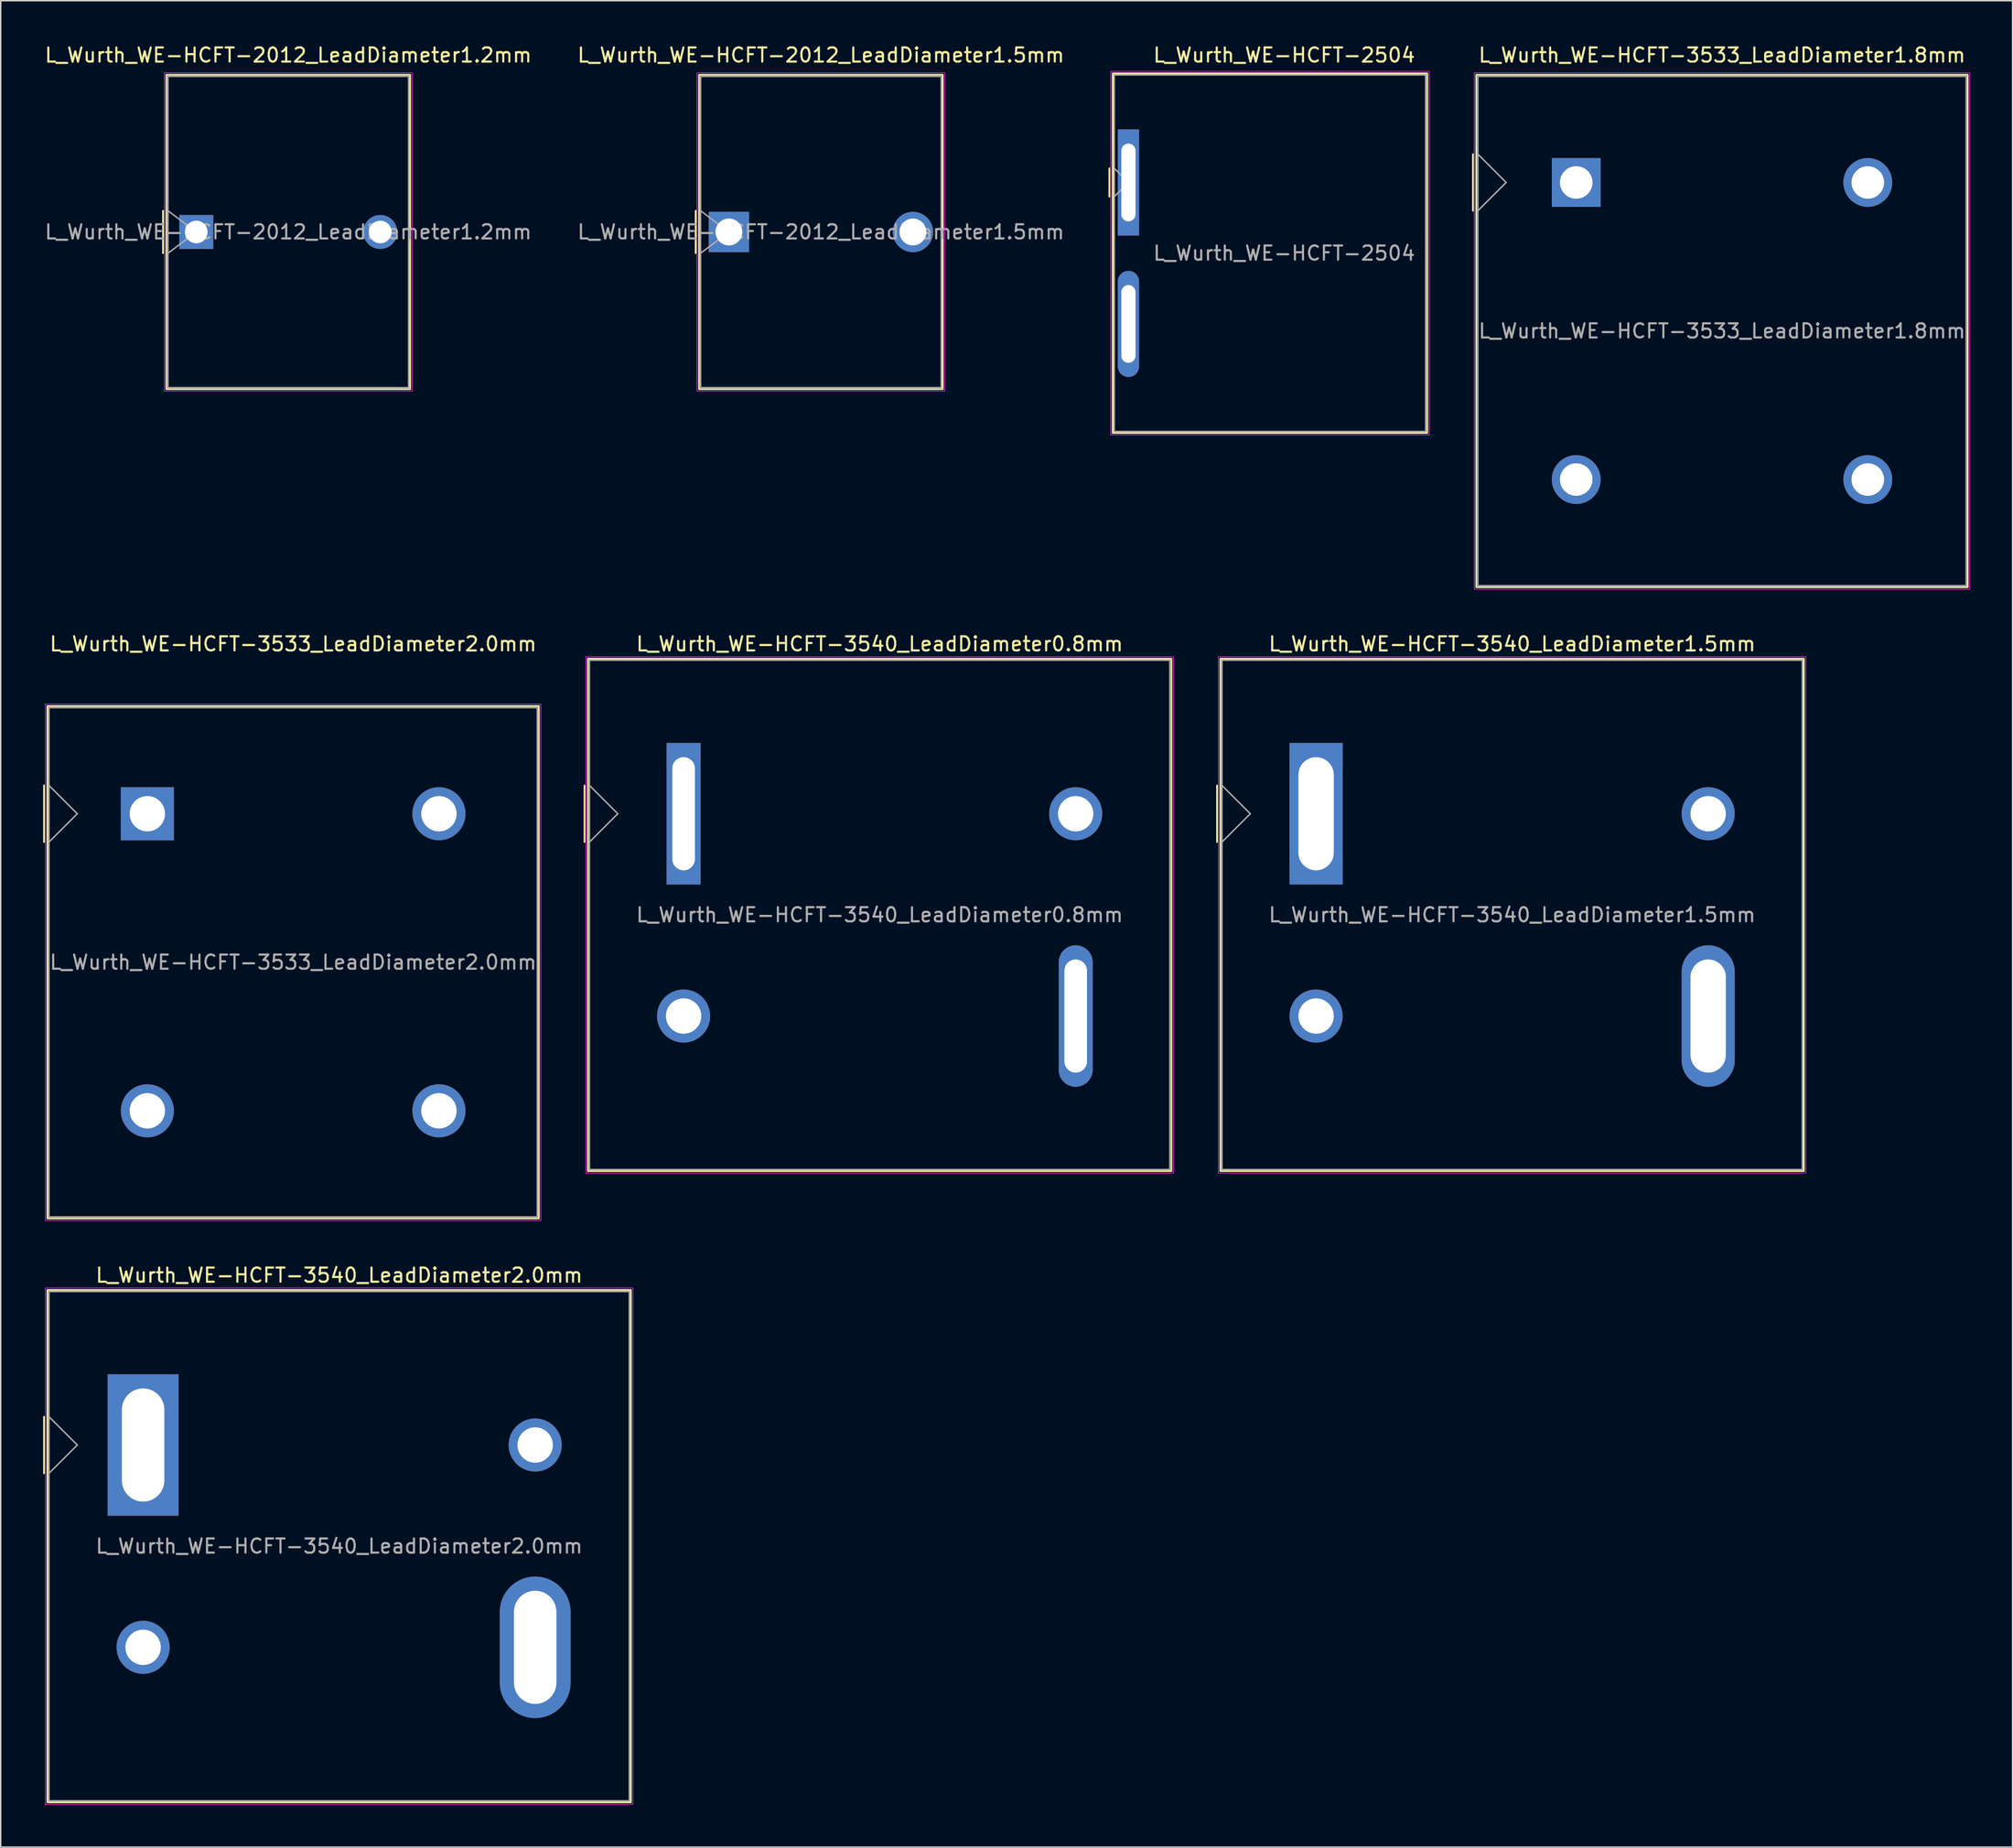
<source format=kicad_pcb>
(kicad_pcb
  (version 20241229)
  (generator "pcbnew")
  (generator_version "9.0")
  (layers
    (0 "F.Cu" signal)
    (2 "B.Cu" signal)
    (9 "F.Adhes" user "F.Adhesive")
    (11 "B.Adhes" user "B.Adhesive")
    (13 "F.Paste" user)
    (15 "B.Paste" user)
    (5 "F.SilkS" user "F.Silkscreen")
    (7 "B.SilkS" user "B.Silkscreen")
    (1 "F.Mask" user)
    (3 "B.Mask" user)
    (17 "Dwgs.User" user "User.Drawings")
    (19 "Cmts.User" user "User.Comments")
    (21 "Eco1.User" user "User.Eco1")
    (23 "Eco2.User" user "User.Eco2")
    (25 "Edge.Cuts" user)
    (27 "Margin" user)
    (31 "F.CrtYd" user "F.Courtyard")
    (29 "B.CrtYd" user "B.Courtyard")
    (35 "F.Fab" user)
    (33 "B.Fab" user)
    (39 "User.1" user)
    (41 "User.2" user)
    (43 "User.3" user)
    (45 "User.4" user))
  (footprint "L_Wurth_WE-HCFT-2012_LeadDiameter1.5mm"
    (layer "F.Cu")
    (at 48.446 13.348)
    (property "Reference" "L_Wurth_WE-HCFT-2012_LeadDiameter1.5mm" (at 6.5 -12.5 0) (unlocked yes) (layer "F.SilkS") (effects (font (size 1 1) (thickness 0.15))))
    (attr through_hole)
    (fp_line (start -2.35 1.5) (end -2.35 -1.5) (stroke (width 0.12) (type solid)) (layer "F.SilkS"))
    (fp_rect (start -2.11 -11.11) (end 15.11 11.11) (stroke (width 0.12) (type solid)) (fill no) (layer "F.SilkS"))
    (fp_rect (start -2.25 -11.25) (end 15.25 11.25) (stroke (width 0.05) (type solid)) (fill no) (layer "F.CrtYd"))
    (fp_line (start -2 -1.5) (end 0 0) (stroke (width 0.1) (type solid)) (layer "F.Fab"))
    (fp_line (start 0 0) (end -2 1.5) (stroke (width 0.1) (type solid)) (layer "F.Fab"))
    (fp_rect (start -2 -11) (end 15 11) (stroke (width 0.1) (type solid)) (fill no) (layer "F.Fab"))
    (fp_text user "${REFERENCE}" (at 6.5 0 0) (unlocked yes) (layer "F.Fab") (effects (font (size 1 1) (thickness 0.15))))
    (pad "1" thru_hole rect (at 0 0) (size 2.85 2.85) (drill 1.9) (layers "*.Cu" "*.Mask"))
    (pad "2" thru_hole circle (at 13 0) (size 2.85 2.85) (drill 1.9) (layers "*.Cu" "*.Mask")))
  (footprint "L_Wurth_WE-HCFT-2504"
    (layer "F.Cu")
    (at 76.672 9.848)
    (property "Reference" "L_Wurth_WE-HCFT-2504" (at 11 -9 0) (unlocked yes) (layer "F.SilkS") (effects (font (size 1 1) (thickness 0.15))))
    (attr through_hole)
    (fp_line (start -1.35 1) (end -1.35 -1) (stroke (width 0.12) (type solid)) (layer "F.SilkS"))
    (fp_rect (start -1.11 -7.71) (end 21.11 17.71) (stroke (width 0.12) (type solid)) (fill no) (layer "F.SilkS"))
    (fp_rect (start -1.25 -7.85) (end 21.25 17.85) (stroke (width 0.05) (type solid)) (fill no) (layer "F.CrtYd"))
    (fp_line (start -1 -1) (end 0 0) (stroke (width 0.1) (type solid)) (layer "F.Fab"))
    (fp_line (start 0 0) (end -1 1) (stroke (width 0.1) (type solid)) (layer "F.Fab"))
    (fp_rect (start -1 -7.6) (end 21 17.6) (stroke (width 0.1) (type solid)) (fill no) (layer "F.Fab"))
    (fp_text user "${REFERENCE}" (at 11 5 0) (unlocked yes) (layer "F.Fab") (effects (font (size 1 1) (thickness 0.15))))
    (pad "1" thru_hole rect (at 0 0) (size 1.5 7.5) (drill oval 1 5.5) (layers "*.Cu" "*.Mask"))
    (pad "2" thru_hole oval (at 0 10) (size 1.5 7.5) (drill oval 1 5.5) (layers "*.Cu" "*.Mask")))
  (footprint "L_Wurth_WE-HCFT-3540_LeadDiameter1.5mm"
    (layer "F.Cu")
    (at 89.93 54.471)
    (property "Reference" "L_Wurth_WE-HCFT-3540_LeadDiameter1.5mm" (at 13.85 -12 0) (unlocked yes) (layer "F.SilkS") (effects (font (size 1 1) (thickness 0.15))))
    (attr through_hole)
    (fp_line (start -7 2) (end -7 -2) (stroke (width 0.12) (type solid)) (layer "F.SilkS"))
    (fp_rect (start -6.76 -10.96) (end 34.46 25.26) (stroke (width 0.12) (type solid)) (fill no) (layer "F.SilkS"))
    (fp_rect (start -6.9 -11.1) (end 34.6 25.4) (stroke (width 0.05) (type solid)) (fill no) (layer "F.CrtYd"))
    (fp_line (start -6.65 -2) (end -4.65 0) (stroke (width 0.1) (type solid)) (layer "F.Fab"))
    (fp_line (start -4.65 0) (end -6.65 2) (stroke (width 0.1) (type solid)) (layer "F.Fab"))
    (fp_rect (start -6.65 -10.85) (end 34.35 25.15) (stroke (width 0.1) (type solid)) (fill no) (layer "F.Fab"))
    (fp_text user "${REFERENCE}" (at 13.85 7.15 0) (unlocked yes) (layer "F.Fab") (effects (font (size 1 1) (thickness 0.15))))
    (pad "" thru_hole circle (at 0 14.3) (size 3.75 3.75) (drill 2.5) (layers "*.Cu" "*.Mask"))
    (pad "" thru_hole circle (at 27.7 0) (size 3.75 3.75) (drill 2.5) (layers "*.Cu" "*.Mask"))
    (pad "1" thru_hole rect (at 0 0) (size 3.75 10) (drill oval 2.5 8) (layers "*.Cu" "*.Mask"))
    (pad "2" thru_hole oval (at 27.7 14.3) (size 3.75 10) (drill oval 2.5 8) (layers "*.Cu" "*.Mask")))
  (footprint "L_Wurth_WE-HCFT-2012_LeadDiameter1.2mm"
    (layer "F.Cu")
    (at 10.815 13.348)
    (property "Reference" "L_Wurth_WE-HCFT-2012_LeadDiameter1.2mm" (at 6.5 -12.5 0) (unlocked yes) (layer "F.SilkS") (effects (font (size 1 1) (thickness 0.15))))
    (attr through_hole)
    (fp_line (start -2.35 -1.5) (end -2.35 1.5) (stroke (width 0.12) (type solid)) (layer "F.SilkS"))
    (fp_rect (start -2.11 -11.11) (end 15.11 11.11) (stroke (width 0.12) (type solid)) (fill no) (layer "F.SilkS"))
    (fp_rect (start -2.25 -11.25) (end 15.25 11.25) (stroke (width 0.05) (type solid)) (fill no) (layer "F.CrtYd"))
    (fp_line (start -2 -1.5) (end 0 0) (stroke (width 0.1) (type solid)) (layer "F.Fab"))
    (fp_line (start 0 0) (end -2 1.5) (stroke (width 0.1) (type solid)) (layer "F.Fab"))
    (fp_rect (start -2 -11) (end 15 11) (stroke (width 0.1) (type solid)) (fill no) (layer "F.Fab"))
    (fp_text user "${REFERENCE}" (at 6.5 0 0) (unlocked yes) (layer "F.Fab") (effects (font (size 1 1) (thickness 0.15))))
    (pad "1" thru_hole rect (at 0 0) (size 2.4 2.4) (drill 1.6) (layers "*.Cu" "*.Mask"))
    (pad "2" thru_hole circle (at 13 0) (size 2.4 2.4) (drill 1.6) (layers "*.Cu" "*.Mask")))
  (footprint "L_Wurth_WE-HCFT-3540_LeadDiameter0.8mm"
    (layer "F.Cu")
    (at 45.245 54.471)
    (property "Reference" "L_Wurth_WE-HCFT-3540_LeadDiameter0.8mm" (at 13.85 -12 0) (unlocked yes) (layer "F.SilkS") (effects (font (size 1 1) (thickness 0.15))))
    (attr through_hole)
    (fp_line (start -7 2) (end -7 -2) (stroke (width 0.12) (type solid)) (layer "F.SilkS"))
    (fp_rect (start -6.76 -10.96) (end 34.46 25.26) (stroke (width 0.12) (type solid)) (fill no) (layer "F.SilkS"))
    (fp_rect (start -6.9 -11.1) (end 34.6 25.4) (stroke (width 0.05) (type solid)) (fill no) (layer "F.CrtYd"))
    (fp_line (start -6.65 -2) (end -4.65 0) (stroke (width 0.1) (type solid)) (layer "F.Fab"))
    (fp_line (start -4.65 0) (end -6.65 2) (stroke (width 0.1) (type solid)) (layer "F.Fab"))
    (fp_rect (start -6.65 -10.85) (end 34.35 25.15) (stroke (width 0.1) (type solid)) (fill no) (layer "F.Fab"))
    (fp_text user "${REFERENCE}" (at 13.85 7.15 0) (unlocked yes) (layer "F.Fab") (effects (font (size 1 1) (thickness 0.15))))
    (pad "" thru_hole circle (at 0 14.3) (size 3.75 3.75) (drill 2.5) (layers "*.Cu" "*.Mask"))
    (pad "" thru_hole circle (at 27.7 0) (size 3.75 3.75) (drill 2.5) (layers "*.Cu" "*.Mask"))
    (pad "1" thru_hole rect (at 0 0) (size 2.4 10) (drill oval 1.6 8) (layers "*.Cu" "*.Mask"))
    (pad "2" thru_hole oval (at 27.7 14.3) (size 2.4 10) (drill oval 1.6 8) (layers "*.Cu" "*.Mask")))
  (footprint "L_Wurth_WE-HCFT-3533_LeadDiameter1.8mm"
    (layer "F.Cu")
    (at 108.307 9.848)
    (property "Reference" "L_Wurth_WE-HCFT-3533_LeadDiameter1.8mm" (at 10.3 -9 0) (unlocked yes) (layer "F.SilkS") (effects (font (size 1 1) (thickness 0.15))))
    (attr through_hole)
    (fp_line (start -7.3 -2) (end -7.3 2) (stroke (width 0.12) (type solid)) (layer "F.SilkS"))
    (fp_rect (start -7.06 -7.61) (end 27.66 28.61) (stroke (width 0.12) (type solid)) (fill no) (layer "F.SilkS"))
    (fp_rect (start -7.2 -7.75) (end 27.8 28.75) (stroke (width 0.05) (type solid)) (fill no) (layer "F.CrtYd"))
    (fp_line (start -6.95 -2) (end -4.95 0) (stroke (width 0.1) (type solid)) (layer "F.Fab"))
    (fp_line (start -4.95 0) (end -6.95 2) (stroke (width 0.1) (type solid)) (layer "F.Fab"))
    (fp_rect (start -6.95 -7.5) (end 27.55 28.5) (stroke (width 0.1) (type solid)) (fill no) (layer "F.Fab"))
    (fp_text user "${REFERENCE}" (at 10.3 10.5 0) (unlocked yes) (layer "F.Fab") (effects (font (size 1 1) (thickness 0.15))))
    (pad "" thru_hole circle (at 0 21) (size 3.45 3.45) (drill 2.3) (layers "*.Cu" "*.Mask"))
    (pad "" thru_hole circle (at 20.6 0) (size 3.45 3.45) (drill 2.3) (layers "*.Cu" "*.Mask"))
    (pad "1" thru_hole rect (at 0 0) (size 3.45 3.45) (drill 2.3) (layers "*.Cu" "*.Mask"))
    (pad "2" thru_hole circle (at 20.6 21) (size 3.45 3.45) (drill 2.3) (layers "*.Cu" "*.Mask")))
  (footprint "L_Wurth_WE-HCFT-3540_LeadDiameter2.0mm"
    (layer "F.Cu")
    (at 7.06 99.095)
    (property "Reference" "L_Wurth_WE-HCFT-3540_LeadDiameter2.0mm" (at 13.85 -12 0) (unlocked yes) (layer "F.SilkS") (effects (font (size 1 1) (thickness 0.15))))
    (attr through_hole)
    (fp_line (start -7 2) (end -7 -2) (stroke (width 0.12) (type solid)) (layer "F.SilkS"))
    (fp_rect (start -6.76 -10.96) (end 34.46 25.26) (stroke (width 0.12) (type solid)) (fill no) (layer "F.SilkS"))
    (fp_rect (start -6.9 -11.1) (end 34.6 25.4) (stroke (width 0.05) (type solid)) (fill no) (layer "F.CrtYd"))
    (fp_line (start -6.65 -2) (end -4.65 0) (stroke (width 0.1) (type solid)) (layer "F.Fab"))
    (fp_line (start -4.65 0) (end -6.65 2) (stroke (width 0.1) (type solid)) (layer "F.Fab"))
    (fp_rect (start -6.65 -10.85) (end 34.35 25.15) (stroke (width 0.1) (type solid)) (fill no) (layer "F.Fab"))
    (fp_text user "${REFERENCE}" (at 13.85 7.15 0) (unlocked yes) (layer "F.Fab") (effects (font (size 1 1) (thickness 0.15))))
    (pad "" thru_hole circle (at 0 14.3) (size 3.75 3.75) (drill 2.5) (layers "*.Cu" "*.Mask"))
    (pad "" thru_hole circle (at 27.7 0) (size 3.75 3.75) (drill 2.5) (layers "*.Cu" "*.Mask"))
    (pad "1" thru_hole rect (at 0 0) (size 5 10) (drill oval 3 8) (layers "*.Cu" "*.Mask"))
    (pad "2" thru_hole oval (at 27.7 14.3) (size 5 10) (drill oval 3 8) (layers "*.Cu" "*.Mask")))
  (footprint "L_Wurth_WE-HCFT-3533_LeadDiameter2.0mm"
    (layer "F.Cu")
    (at 7.36 54.471)
    (property "Reference" "L_Wurth_WE-HCFT-3533_LeadDiameter2.0mm" (at 10.3 -12 0) (unlocked yes) (layer "F.SilkS") (effects (font (size 1 1) (thickness 0.15))))
    (attr through_hole)
    (fp_line (start -7.3 -2) (end -7.3 2) (stroke (width 0.12) (type solid)) (layer "F.SilkS"))
    (fp_rect (start -7.06 -7.61) (end 27.66 28.61) (stroke (width 0.12) (type solid)) (fill no) (layer "F.SilkS"))
    (fp_rect (start -7.2 -7.75) (end 27.8 28.75) (stroke (width 0.05) (type solid)) (fill no) (layer "F.CrtYd"))
    (fp_line (start -6.95 -2) (end -4.95 0) (stroke (width 0.1) (type solid)) (layer "F.Fab"))
    (fp_line (start -4.95 0) (end -6.95 2) (stroke (width 0.1) (type solid)) (layer "F.Fab"))
    (fp_rect (start -6.95 -7.5) (end 27.55 28.5) (stroke (width 0.1) (type solid)) (fill no) (layer "F.Fab"))
    (fp_text user "${REFERENCE}" (at 10.3 10.5 0) (unlocked yes) (layer "F.Fab") (effects (font (size 1 1) (thickness 0.15))))
    (pad "" thru_hole circle (at 0 21) (size 3.75 3.75) (drill 2.5) (layers "*.Cu" "*.Mask"))
    (pad "" thru_hole circle (at 20.6 0) (size 3.75 3.75) (drill 2.5) (layers "*.Cu" "*.Mask"))
    (pad "1" thru_hole rect (at 0 0) (size 3.75 3.75) (drill 2.5) (layers "*.Cu" "*.Mask"))
    (pad "2" thru_hole circle (at 20.6 21) (size 3.75 3.75) (drill 2.5) (layers "*.Cu" "*.Mask")))
  (gr_rect
    (start -3 -3)
    (end 139.132 127.52)
    (stroke (width 0.1) (type default))
    (fill no)
    (layer "Edge.Cuts")))
</source>
